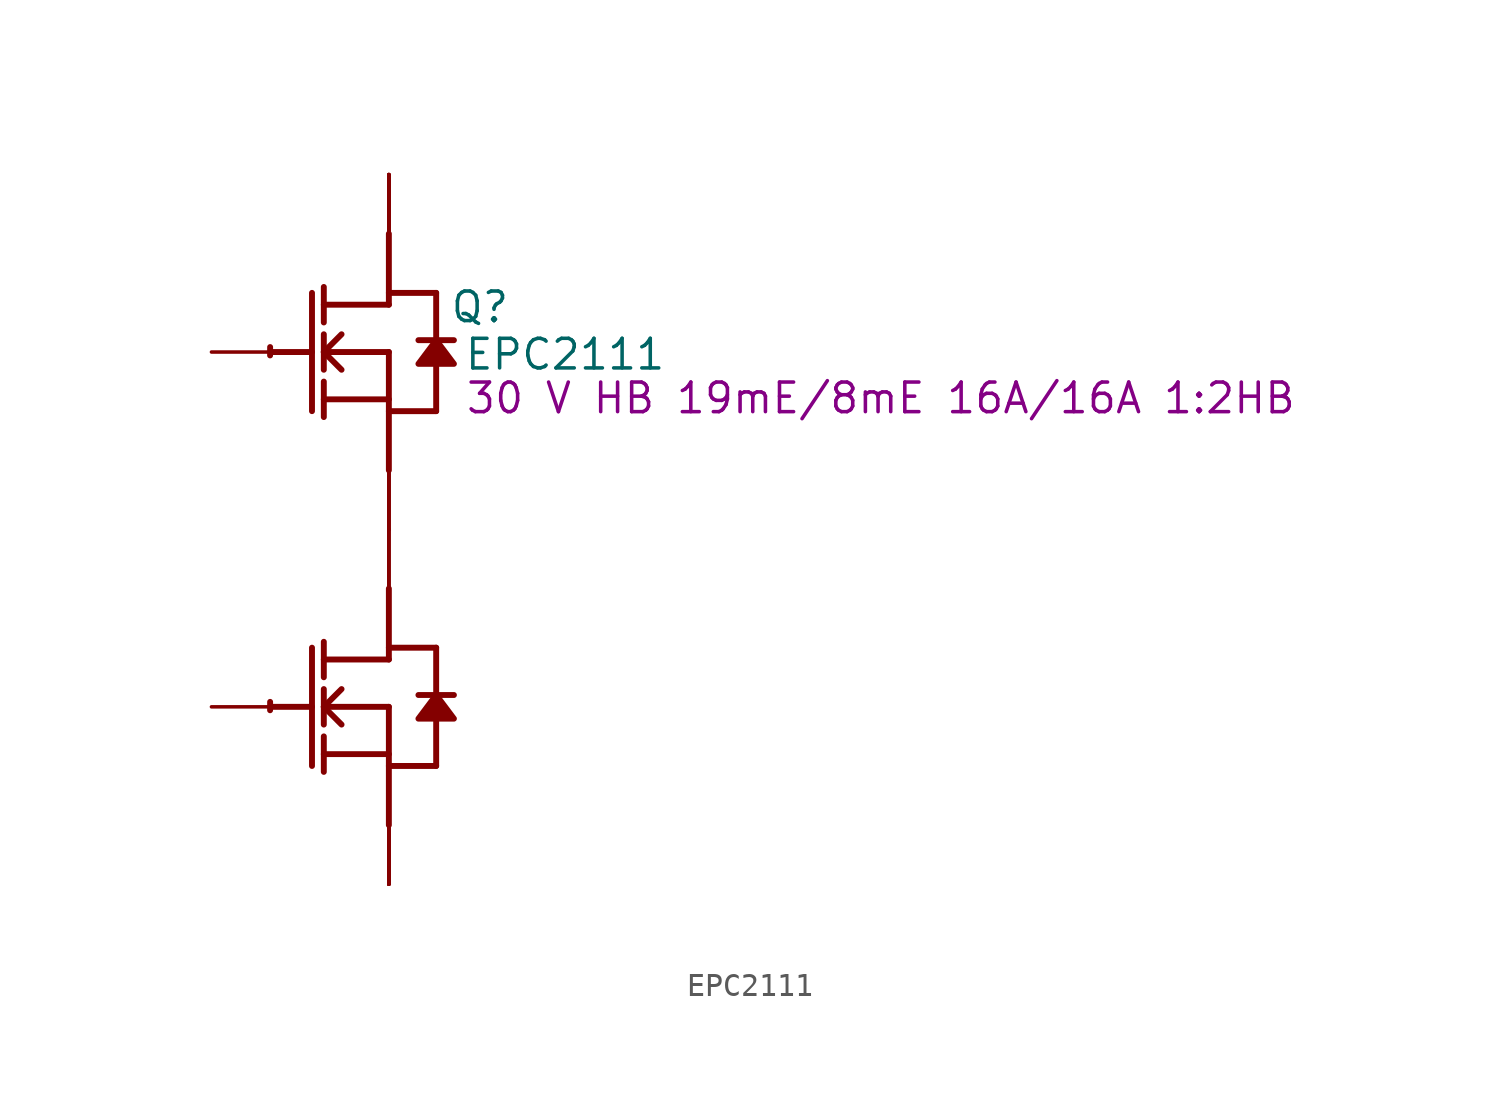
<source format=kicad_sym>
(kicad_symbol_lib
  (version 20220914)
  (generator kicad_symbol_editor)
  (symbol "EPC2111"
    (property "Reference" "Q"
      (at 3.912 1.93 0)
      (effects (font (size 1.27 1.27))))
    (property "Value" "EPC2111"
      (at 7.569 -0.102 0)
      (effects (font (size 1.27 1.27))))
    (property "Description" "30 V HB 19mE/8mE 16A/16A 1:2HB"
      (at 21.133 -1.981 0)
      (effects (font (size 1.27 1.27))))
    (symbol "EPC2111_1_0"
      (arc (start -5.0996 -15.0272) (mid -5.1039 -15.2069) (end -5.1019 -15.3867) (stroke (width 0.254) (type solid)) (fill (type none)))
      (arc (start -5.0996 0.2128) (mid -5.1039 0.0331) (end -5.1019 -0.1467) (stroke (width 0.254) (type solid)) (fill (type none)))
      (polyline (pts (xy -5.08 -15.24) (xy -3.302 -15.24)) (stroke (width 0.254) (type solid)) (fill (type none)))
      (polyline (pts (xy -5.08 0) (xy -3.302 0)) (stroke (width 0.254) (type solid)) (fill (type none)))
      (polyline (pts (xy -3.302 -12.7) (xy -3.302 -17.78)) (stroke (width 0.254) (type solid)) (fill (type none)))
      (polyline (pts (xy -3.302 2.54) (xy -3.302 -2.54)) (stroke (width 0.254) (type solid)) (fill (type none)))
      (polyline (pts (xy -2.794 -18.034) (xy -2.794 -16.51)) (stroke (width 0.254) (type solid)) (fill (type none)))
      (polyline (pts (xy -2.794 -17.272) (xy 0 -17.272)) (stroke (width 0.254) (type solid)) (fill (type none)))
      (polyline (pts (xy -2.794 -16.002) (xy -2.794 -14.478)) (stroke (width 0.254) (type solid)) (fill (type none)))
      (polyline (pts (xy -2.794 -15.24) (xy -2.032 -14.478)) (stroke (width 0.254) (type solid)) (fill (type none)))
      (polyline (pts (xy -2.794 -15.24) (xy 0 -15.24)) (stroke (width 0.254) (type solid)) (fill (type none)))
      (polyline (pts (xy -2.794 -13.97) (xy -2.794 -12.446)) (stroke (width 0.254) (type solid)) (fill (type none)))
      (polyline (pts (xy -2.794 -2.794) (xy -2.794 -1.27)) (stroke (width 0.254) (type solid)) (fill (type none)))
      (polyline (pts (xy -2.794 -2.032) (xy 0 -2.032)) (stroke (width 0.254) (type solid)) (fill (type none)))
      (polyline (pts (xy -2.794 -0.762) (xy -2.794 0.762)) (stroke (width 0.254) (type solid)) (fill (type none)))
      (polyline (pts (xy -2.794 0) (xy -2.032 0.762)) (stroke (width 0.254) (type solid)) (fill (type none)))
      (polyline (pts (xy -2.794 0) (xy 0 0)) (stroke (width 0.254) (type solid)) (fill (type none)))
      (polyline (pts (xy -2.794 1.27) (xy -2.794 2.794)) (stroke (width 0.254) (type solid)) (fill (type none)))
      (polyline (pts (xy -2.032 -16.002) (xy -2.794 -15.24)) (stroke (width 0.254) (type solid)) (fill (type none)))
      (polyline (pts (xy -2.032 -0.762) (xy -2.794 0)) (stroke (width 0.254) (type solid)) (fill (type none)))
      (polyline (pts (xy 0 -17.78) (xy 2.032 -17.78)) (stroke (width 0.254) (type solid)) (fill (type none)))
      (polyline (pts (xy 0 -15.24) (xy 0 -20.32)) (stroke (width 0.254) (type solid)) (fill (type none)))
      (polyline (pts (xy 0 -13.208) (xy -2.794 -13.208)) (stroke (width 0.254) (type solid)) (fill (type none)))
      (polyline (pts (xy 0 -13.208) (xy 0 -10.16)) (stroke (width 0.254) (type solid)) (fill (type none)))
      (polyline (pts (xy 0 -12.7) (xy 2.032 -12.7)) (stroke (width 0.254) (type solid)) (fill (type none)))
      (polyline (pts (xy 0 -2.54) (xy 2.032 -2.54)) (stroke (width 0.254) (type solid)) (fill (type none)))
      (polyline (pts (xy 0 0) (xy 0 -5.08)) (stroke (width 0.254) (type solid)) (fill (type none)))
      (polyline (pts (xy 0 2.032) (xy -2.794 2.032)) (stroke (width 0.254) (type solid)) (fill (type none)))
      (polyline (pts (xy 0 2.032) (xy 0 5.08)) (stroke (width 0.254) (type solid)) (fill (type none)))
      (polyline (pts (xy 0 2.54) (xy 2.032 2.54)) (stroke (width 0.254) (type solid)) (fill (type none)))
      (polyline (pts (xy 2.032 -15.748) (xy 2.032 -17.78)) (stroke (width 0.254) (type solid)) (fill (type none)))
      (polyline (pts (xy 2.032 -12.7) (xy 2.032 -14.732)) (stroke (width 0.254) (type solid)) (fill (type none)))
      (polyline (pts (xy 2.032 -0.508) (xy 2.032 -2.54)) (stroke (width 0.254) (type solid)) (fill (type none)))
      (polyline (pts (xy 2.032 2.54) (xy 2.032 0.508)) (stroke (width 0.254) (type solid)) (fill (type none)))
      (polyline (pts (xy 2.794 -14.732) (xy 1.27 -14.732)) (stroke (width 0.254) (type solid)) (fill (type none)))
      (polyline (pts (xy 2.794 0.508) (xy 1.27 0.508)) (stroke (width 0.254) (type solid)) (fill (type none)))
      (polyline (pts (xy 2.032 -14.732) (xy 1.27 -15.748) (xy 2.794 -15.748) (xy 2.032 -14.732)) (stroke (width 0.254) (type solid)) (fill (type outline)))
      (polyline (pts (xy 2.032 0.508) (xy 1.27 -0.508) (xy 2.794 -0.508) (xy 2.032 0.508)) (stroke (width 0.254) (type solid)) (fill (type outline)))
      (pin power_in line (at -7.62 0 0) (length 2.54) (name "G1" (effects (font (size 0 0)))) (number "1" (effects (font (size 0 0)))))
      (pin power_in line (at 0 7.62 270) (length 2.54) (name "VIN3" (effects (font (size 0 0)))) (number "10" (effects (font (size 0 0)))))
      (pin power_in line (at 0 -7.62 90) (length 2.54) (name "VSW4" (effects (font (size 0 0)))) (number "11" (effects (font (size 0 0)))))
      (pin power_in line (at 0 -22.86 90) (length 2.54) (name "GND3" (effects (font (size 0 0)))) (number "12" (effects (font (size 0 0)))))
      (pin power_in line (at 0 7.62 270) (length 2.54) (name "VIN4" (effects (font (size 0 0)))) (number "13" (effects (font (size 0 0)))))
      (pin power_in line (at 0 -7.62 90) (length 2.54) (name "VSW5" (effects (font (size 0 0)))) (number "14" (effects (font (size 0 0)))))
      (pin power_in line (at 0 -22.86 90) (length 2.54) (name "GND4" (effects (font (size 0 0)))) (number "15" (effects (font (size 0 0)))))
      (pin power_in line (at 0 7.62 270) (length 2.54) (name "VIN5" (effects (font (size 0 0)))) (number "16" (effects (font (size 0 0)))))
      (pin power_in line (at 0 -7.62 90) (length 2.54) (name "VSW6" (effects (font (size 0 0)))) (number "17" (effects (font (size 0 0)))))
      (pin power_in line (at 0 -22.86 90) (length 2.54) (name "GND5" (effects (font (size 0 0)))) (number "18" (effects (font (size 0 0)))))
      (pin power_in line (at 0 7.62 270) (length 2.54) (name "VIN6" (effects (font (size 0 0)))) (number "19" (effects (font (size 0 0)))))
      (pin power_in line (at 0 -7.62 270) (length 2.54) (name "VSW1" (effects (font (size 0 0)))) (number "2" (effects (font (size 0 0)))))
      (pin power_in line (at 0 -7.62 90) (length 2.54) (name "VSW7" (effects (font (size 0 0)))) (number "20" (effects (font (size 0 0)))))
      (pin power_in line (at 0 -22.86 90) (length 2.54) (name "GND6" (effects (font (size 0 0)))) (number "21" (effects (font (size 0 0)))))
      (pin passive line (at -7.62 -15.24 0) (length 2.54) (name "G2" (effects (font (size 0 0)))) (number "3" (effects (font (size 0 0)))))
      (pin power_in line (at 0 7.62 270) (length 2.54) (name "VIN1" (effects (font (size 0 0)))) (number "4" (effects (font (size 0 0)))))
      (pin power_in line (at 0 -7.62 270) (length 2.54) (name "VSW2" (effects (font (size 0 0)))) (number "5" (effects (font (size 0 0)))))
      (pin power_in line (at 0 -22.86 90) (length 2.54) (name "GND1" (effects (font (size 0 0)))) (number "6" (effects (font (size 0 0)))))
      (pin power_in line (at 0 7.62 270) (length 2.54) (name "VIN2" (effects (font (size 0 0)))) (number "7" (effects (font (size 0 0)))))
      (pin power_in line (at 0 -7.62 270) (length 2.54) (name "VSW3" (effects (font (size 0 0)))) (number "8" (effects (font (size 0 0)))))
      (pin power_in line (at 0 -22.86 90) (length 2.54) (name "GND2" (effects (font (size 0 0)))) (number "9" (effects (font (size 0 0))))))))
</source>
